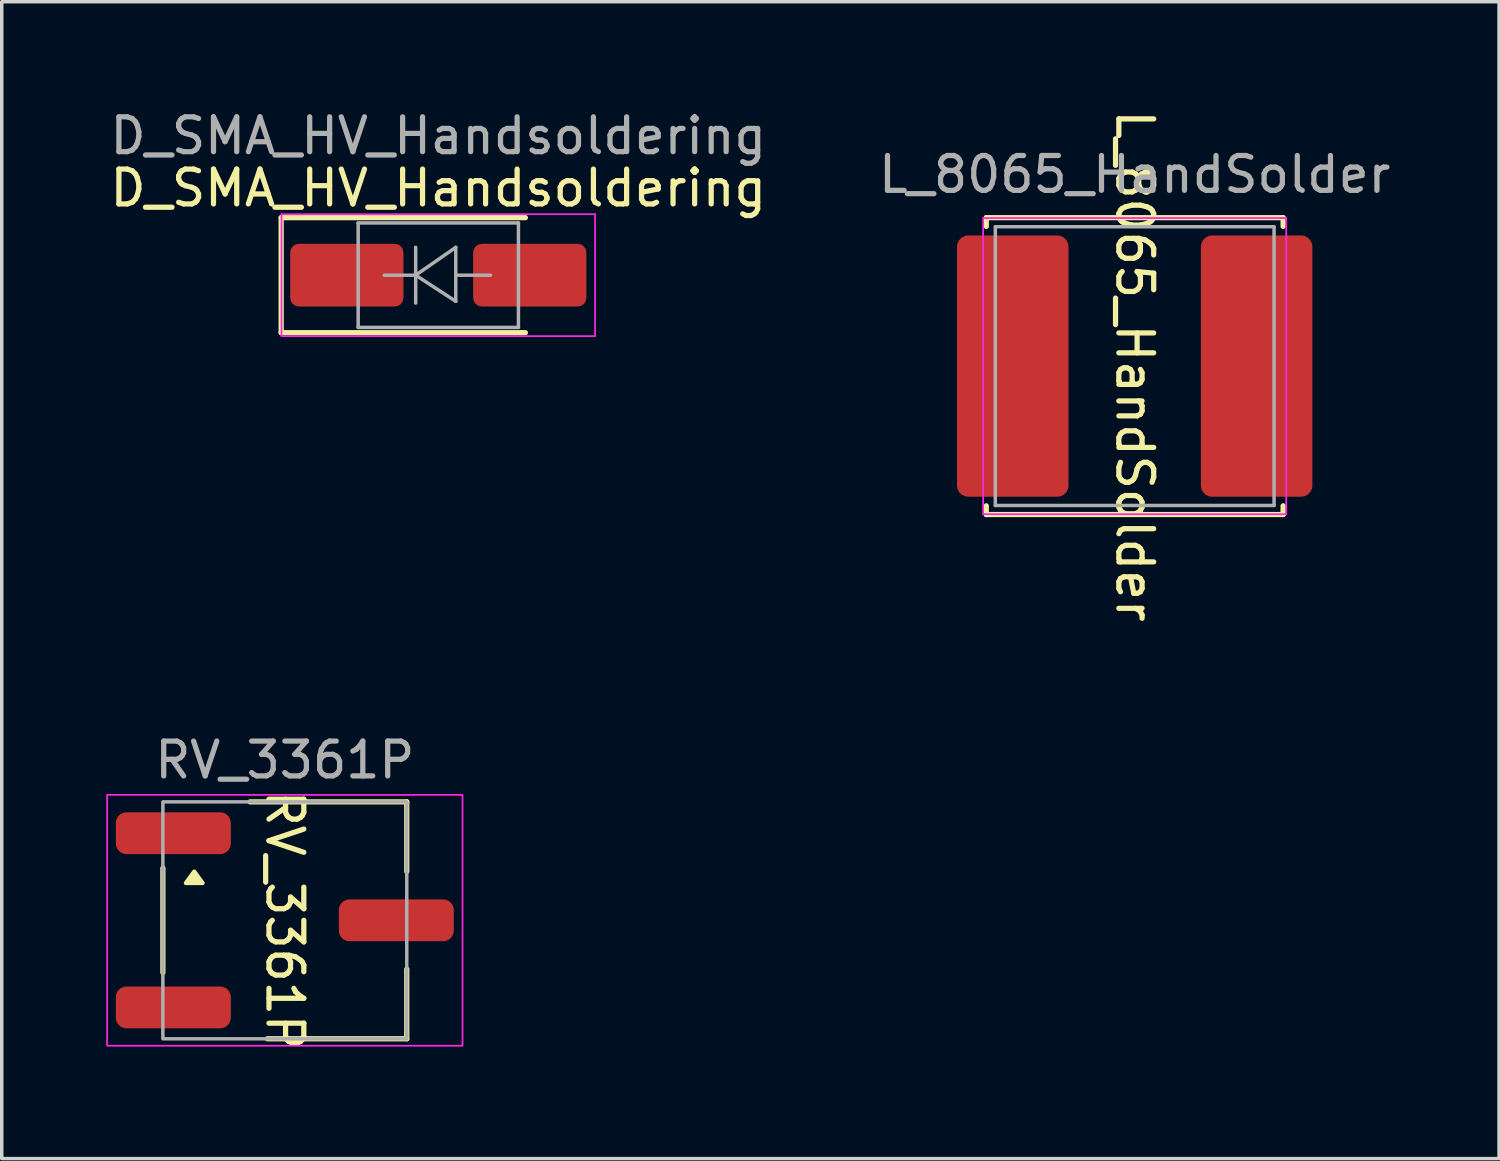
<source format=kicad_pcb>
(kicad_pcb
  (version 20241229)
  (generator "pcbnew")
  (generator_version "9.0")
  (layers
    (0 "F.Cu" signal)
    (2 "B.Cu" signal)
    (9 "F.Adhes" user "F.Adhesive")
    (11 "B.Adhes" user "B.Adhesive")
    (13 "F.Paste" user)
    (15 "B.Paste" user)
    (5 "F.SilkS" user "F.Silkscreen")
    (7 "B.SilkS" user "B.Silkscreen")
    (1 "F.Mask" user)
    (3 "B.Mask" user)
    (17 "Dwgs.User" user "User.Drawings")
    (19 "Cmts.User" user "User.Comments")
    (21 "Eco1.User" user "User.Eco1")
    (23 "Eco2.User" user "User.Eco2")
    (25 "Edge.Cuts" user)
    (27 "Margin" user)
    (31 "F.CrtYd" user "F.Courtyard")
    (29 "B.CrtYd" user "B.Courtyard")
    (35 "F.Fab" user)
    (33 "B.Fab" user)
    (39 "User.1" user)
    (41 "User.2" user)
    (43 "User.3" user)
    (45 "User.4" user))
  (footprint "D_SMA_HV_Handsoldering"
    (layer "F.Cu")
    (at 9.53 4.848)
    (property "Reference" "D_SMA_HV_Handsoldering" (at 0 -2.5 0) (unlocked yes) (layer "F.SilkS") (effects (font (size 1 1) (thickness 0.15))))
    (attr smd)
    (fp_line (start -4.51 -1.65) (end -4.51 1.65) (stroke (width 0.15) (type solid)) (layer "F.SilkS"))
    (fp_line (start -4.51 -1.65) (end 2.5 -1.65) (stroke (width 0.15) (type solid)) (layer "F.SilkS"))
    (fp_line (start -4.51 1.65) (end 2.5 1.65) (stroke (width 0.15) (type solid)) (layer "F.SilkS"))
    (fp_line (start -4.5 -1.75) (end 4.5 -1.75) (stroke (width 0.05) (type solid)) (layer "F.CrtYd"))
    (fp_line (start -4.5 1.75) (end -4.5 -1.75) (stroke (width 0.05) (type solid)) (layer "F.CrtYd"))
    (fp_line (start 4.5 -1.75) (end 4.5 1.75) (stroke (width 0.05) (type solid)) (layer "F.CrtYd"))
    (fp_line (start 4.5 1.75) (end -4.5 1.75) (stroke (width 0.05) (type solid)) (layer "F.CrtYd"))
    (fp_line (start -2.3 1.5) (end -2.3 -1.5) (stroke (width 0.1) (type solid)) (layer "F.Fab"))
    (fp_line (start -0.649 -0.799) (end -0.649 0.801) (stroke (width 0.1) (type solid)) (layer "F.Fab"))
    (fp_line (start -0.649 0.001) (end -1.551 0.001) (stroke (width 0.1) (type solid)) (layer "F.Fab"))
    (fp_line (start -0.649 0.001) (end 0.501 -0.799) (stroke (width 0.1) (type solid)) (layer "F.Fab"))
    (fp_line (start -0.649 0.001) (end 0.501 0.75) (stroke (width 0.1) (type solid)) (layer "F.Fab"))
    (fp_line (start 0.501 0.001) (end 1.499 0.001) (stroke (width 0.1) (type solid)) (layer "F.Fab"))
    (fp_line (start 0.501 0.75) (end 0.501 -0.799) (stroke (width 0.1) (type solid)) (layer "F.Fab"))
    (fp_line (start 2.3 -1.5) (end -2.3 -1.5) (stroke (width 0.1) (type solid)) (layer "F.Fab"))
    (fp_line (start 2.3 -1.5) (end 2.3 1.5) (stroke (width 0.1) (type solid)) (layer "F.Fab"))
    (fp_line (start 2.3 1.5) (end -2.3 1.5) (stroke (width 0.1) (type solid)) (layer "F.Fab"))
    (fp_text user "${REFERENCE}" (at 0 -4 0) (unlocked yes) (layer "F.Fab") (effects (font (size 1 1) (thickness 0.15))))
    (pad "1" smd roundrect (at -2.625 0) (size 3.25 1.8) (layers "F.Cu" "F.Mask" "F.Paste") (roundrect_rratio 0.139))
    (pad "2" smd roundrect (at 2.625 0) (size 3.25 1.8) (layers "F.Cu" "F.Mask" "F.Paste") (roundrect_rratio 0.139)))
  (footprint "L_8065_HandSolder"
    (layer "F.Cu")
    (at 29.518 7.458)
    (property "Reference" "L_8065_HandSolder" (at 0 0 270) (unlocked yes) (layer "F.SilkS") (effects (font (size 1 1) (thickness 0.15))))
    (attr smd)
    (fp_line (start -4.26 -4.26) (end -4.26 -4.01) (stroke (width 0.15) (type solid)) (layer "F.SilkS"))
    (fp_line (start -4.26 -4.26) (end 4.26 -4.26) (stroke (width 0.15) (type solid)) (layer "F.SilkS"))
    (fp_line (start -4.26 4.26) (end -4.26 4.01) (stroke (width 0.15) (type solid)) (layer "F.SilkS"))
    (fp_line (start -4.26 4.26) (end 4.26 4.26) (stroke (width 0.15) (type solid)) (layer "F.SilkS"))
    (fp_line (start 4.26 -4.26) (end 4.26 -4.01) (stroke (width 0.15) (type solid)) (layer "F.SilkS"))
    (fp_line (start 4.26 4.26) (end 4.26 4.01) (stroke (width 0.15) (type solid)) (layer "F.SilkS"))
    (fp_line (start -4.35 -4.25) (end -4.35 4.25) (stroke (width 0.05) (type solid)) (layer "F.CrtYd"))
    (fp_line (start -4.35 4.25) (end 4.35 4.25) (stroke (width 0.05) (type solid)) (layer "F.CrtYd"))
    (fp_line (start 4.35 -4.25) (end -4.35 -4.25) (stroke (width 0.05) (type solid)) (layer "F.CrtYd"))
    (fp_line (start 4.35 4.25) (end 4.35 -4.25) (stroke (width 0.05) (type solid)) (layer "F.CrtYd"))
    (fp_line (start -4 -4) (end -4 4) (stroke (width 0.1) (type solid)) (layer "F.Fab"))
    (fp_line (start -4 4) (end 4 4) (stroke (width 0.1) (type solid)) (layer "F.Fab"))
    (fp_line (start 4 -4) (end -4 -4) (stroke (width 0.1) (type solid)) (layer "F.Fab"))
    (fp_line (start 4 4) (end 4 -4) (stroke (width 0.1) (type solid)) (layer "F.Fab"))
    (fp_text user "${REFERENCE}" (at 0 -5.5 0) (unlocked yes) (layer "F.Fab") (effects (font (size 1 1) (thickness 0.15))))
    (pad "1" smd roundrect (at -3.5 0) (size 3.2 7.5) (layers "F.Cu" "F.Mask" "F.Paste") (roundrect_rratio 0.1))
    (pad "2" smd roundrect (at 3.5 0) (size 3.2 7.5) (layers "F.Cu" "F.Mask" "F.Paste") (roundrect_rratio 0.1)))
  (footprint "RV_3361P"
    (layer "F.Cu")
    (at 5.125 23.365)
    (property "Reference" "RV_3361P" (at 0 0 270) (unlocked yes) (layer "F.SilkS") (effects (font (size 1 1) (thickness 0.15))))
    (attr smd)
    (fp_line (start -3.5 -1.5) (end -3.5 1.5) (stroke (width 0.15) (type default)) (layer "F.SilkS"))
    (fp_line (start 3.5 -3.4) (end -1 -3.4) (stroke (width 0.15) (type default)) (layer "F.SilkS"))
    (fp_line (start 3.5 -3.4) (end 3.5 -1.4) (stroke (width 0.15) (type default)) (layer "F.SilkS"))
    (fp_line (start 3.5 3.4) (end -0.5 3.4) (stroke (width 0.15) (type default)) (layer "F.SilkS"))
    (fp_line (start 3.5 3.4) (end 3.5 1.4) (stroke (width 0.15) (type default)) (layer "F.SilkS"))
    (fp_poly (pts (xy -2.6 -1.4) (xy -2.36 -1.07) (xy -2.84 -1.07) (xy -2.6 -1.4)) (stroke (width 0.12) (type solid)) (fill yes) (layer "F.SilkS"))
    (fp_rect (start -5.1 -3.6) (end 5.1 3.6) (stroke (width 0.05) (type default)) (fill no) (layer "F.CrtYd"))
    (fp_rect (start -3.5 -3.4) (end 3.5 3.4) (stroke (width 0.1) (type default)) (fill no) (layer "F.Fab"))
    (fp_text user "${REFERENCE}" (at 0 -4.6 0) (unlocked yes) (layer "F.Fab") (effects (font (size 1 1) (thickness 0.15))))
    (pad "1" smd roundrect (at -3.2 -2.5) (size 3.3 1.2) (layers "F.Cu" "F.Mask" "F.Paste") (roundrect_rratio 0.25))
    (pad "2" smd roundrect (at 3.2 0) (size 3.3 1.2) (layers "F.Cu" "F.Mask" "F.Paste") (roundrect_rratio 0.25))
    (pad "3" smd roundrect (at -3.2 2.5) (size 3.3 1.2) (layers "F.Cu" "F.Mask" "F.Paste") (roundrect_rratio 0.25)))
  (gr_rect
    (start -3 -3)
    (end 39.976 30.204)
    (stroke (width 0.1) (type default))
    (fill no)
    (layer "Edge.Cuts")))
</source>
